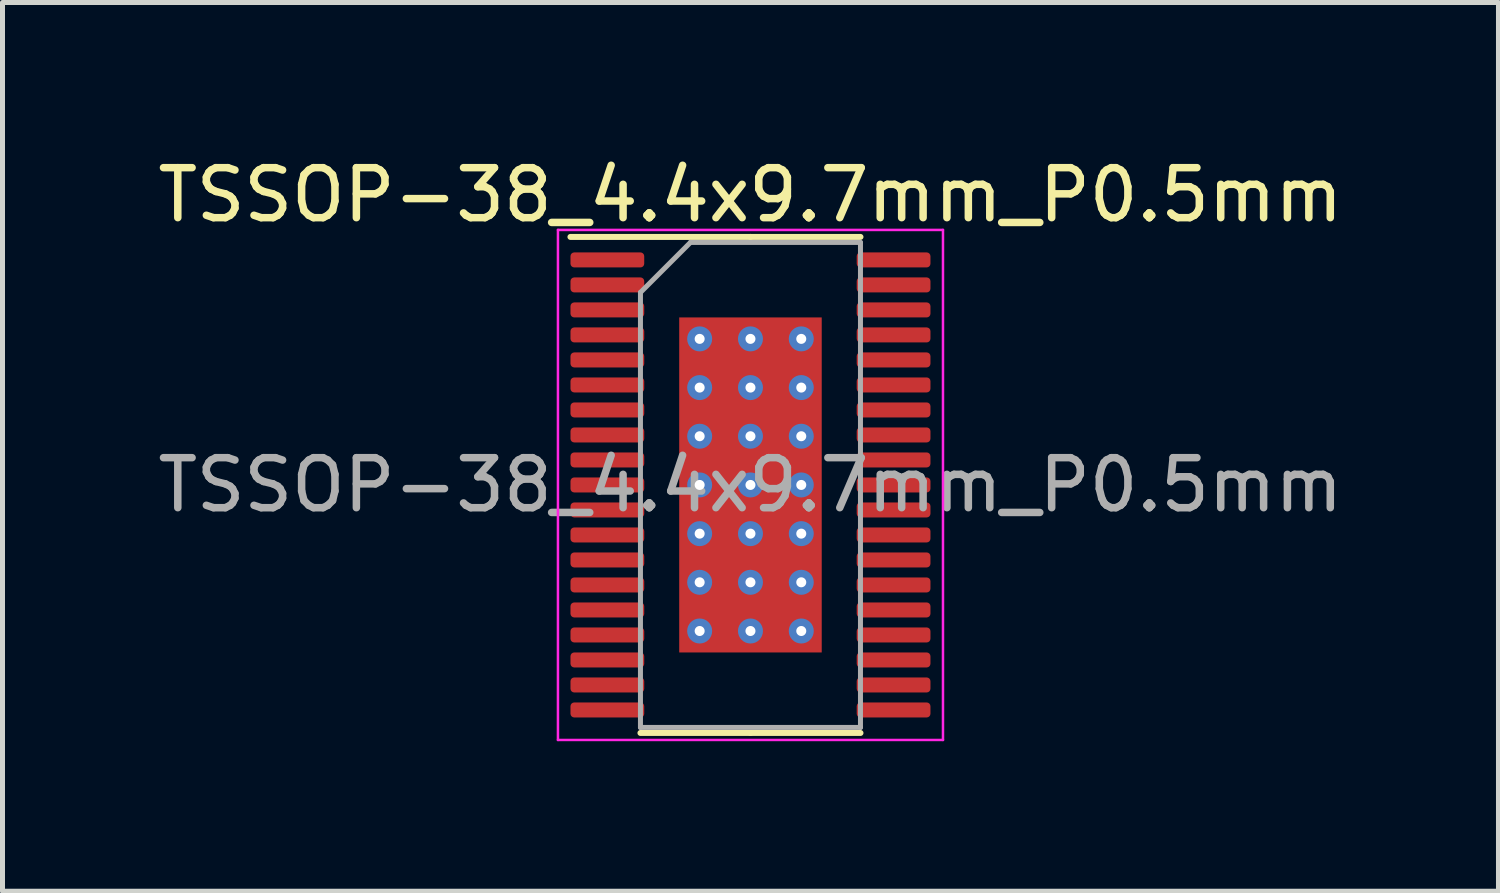
<source format=kicad_pcb>
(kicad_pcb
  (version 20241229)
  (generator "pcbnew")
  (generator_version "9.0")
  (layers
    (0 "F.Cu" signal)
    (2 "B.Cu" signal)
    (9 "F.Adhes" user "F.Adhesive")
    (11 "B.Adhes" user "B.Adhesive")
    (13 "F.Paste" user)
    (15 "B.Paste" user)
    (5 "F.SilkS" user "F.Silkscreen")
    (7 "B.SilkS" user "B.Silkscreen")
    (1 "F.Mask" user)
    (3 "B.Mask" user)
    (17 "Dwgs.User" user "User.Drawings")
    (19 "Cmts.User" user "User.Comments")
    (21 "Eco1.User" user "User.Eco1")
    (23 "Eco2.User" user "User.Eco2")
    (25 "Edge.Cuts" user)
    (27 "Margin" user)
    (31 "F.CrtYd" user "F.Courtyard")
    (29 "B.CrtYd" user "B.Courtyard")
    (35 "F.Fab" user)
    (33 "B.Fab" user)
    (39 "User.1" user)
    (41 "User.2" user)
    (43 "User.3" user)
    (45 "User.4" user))
  (footprint "TSSOP-38_4.4x9.7mm_P0.5mm"
    (layer "F.Cu")
    (at 11.958 6.648)
    (property "Reference" "TSSOP-38_4.4x9.7mm_P0.5mm" (at 0 -5.8 0) (layer "F.SilkS") (effects (font (size 1 1) (thickness 0.15))))
    (attr smd)
    (fp_line (start 0 -4.96) (end -3.6 -4.96) (stroke (width 0.12) (type solid)) (layer "F.SilkS"))
    (fp_line (start 0 -4.96) (end 2.2 -4.96) (stroke (width 0.12) (type solid)) (layer "F.SilkS"))
    (fp_line (start 0 4.96) (end -2.2 4.96) (stroke (width 0.12) (type solid)) (layer "F.SilkS"))
    (fp_line (start 0 4.96) (end 2.2 4.96) (stroke (width 0.12) (type solid)) (layer "F.SilkS"))
    (fp_line (start -3.85 -5.1) (end -3.85 5.1) (stroke (width 0.05) (type solid)) (layer "F.CrtYd"))
    (fp_line (start -3.85 5.1) (end 3.85 5.1) (stroke (width 0.05) (type solid)) (layer "F.CrtYd"))
    (fp_line (start 3.85 -5.1) (end -3.85 -5.1) (stroke (width 0.05) (type solid)) (layer "F.CrtYd"))
    (fp_line (start 3.85 5.1) (end 3.85 -5.1) (stroke (width 0.05) (type solid)) (layer "F.CrtYd"))
    (fp_line (start -2.2 -3.85) (end -1.2 -4.85) (stroke (width 0.1) (type solid)) (layer "F.Fab"))
    (fp_line (start -2.2 4.85) (end -2.2 -3.85) (stroke (width 0.1) (type solid)) (layer "F.Fab"))
    (fp_line (start -1.2 -4.85) (end 2.2 -4.85) (stroke (width 0.1) (type solid)) (layer "F.Fab"))
    (fp_line (start 2.2 -4.85) (end 2.2 4.85) (stroke (width 0.1) (type solid)) (layer "F.Fab"))
    (fp_line (start 2.2 4.85) (end -2.2 4.85) (stroke (width 0.1) (type solid)) (layer "F.Fab"))
    (fp_text user "${REFERENCE}" (at 0 0 0) (layer "F.Fab") (effects (font (size 1 1) (thickness 0.15))))
    (pad "" smd roundrect (at -0.71 -2.23) (size 1.15 1.8) (layers "F.Paste") (roundrect_rratio 0.217))
    (pad "" smd roundrect (at -0.71 0) (size 1.15 1.8) (layers "F.Paste") (roundrect_rratio 0.217))
    (pad "" smd roundrect (at -0.71 2.23) (size 1.15 1.8) (layers "F.Paste") (roundrect_rratio 0.217))
    (pad "" smd roundrect (at 0.71 -2.23) (size 1.15 1.8) (layers "F.Paste") (roundrect_rratio 0.217))
    (pad "" smd roundrect (at 0.71 0) (size 1.15 1.8) (layers "F.Paste") (roundrect_rratio 0.217))
    (pad "" smd roundrect (at 0.71 2.23) (size 1.15 1.8) (layers "F.Paste") (roundrect_rratio 0.217))
    (pad "1" smd roundrect (at -2.862 -4.5) (size 1.475 0.3) (layers "F.Cu" "F.Mask" "F.Paste") (roundrect_rratio 0.25))
    (pad "2" smd roundrect (at -2.862 -4) (size 1.475 0.3) (layers "F.Cu" "F.Mask" "F.Paste") (roundrect_rratio 0.25))
    (pad "3" smd roundrect (at -2.862 -3.5) (size 1.475 0.3) (layers "F.Cu" "F.Mask" "F.Paste") (roundrect_rratio 0.25))
    (pad "4" smd roundrect (at -2.862 -3) (size 1.475 0.3) (layers "F.Cu" "F.Mask" "F.Paste") (roundrect_rratio 0.25))
    (pad "5" smd roundrect (at -2.862 -2.5) (size 1.475 0.3) (layers "F.Cu" "F.Mask" "F.Paste") (roundrect_rratio 0.25))
    (pad "6" smd roundrect (at -2.862 -2) (size 1.475 0.3) (layers "F.Cu" "F.Mask" "F.Paste") (roundrect_rratio 0.25))
    (pad "7" smd roundrect (at -2.862 -1.5) (size 1.475 0.3) (layers "F.Cu" "F.Mask" "F.Paste") (roundrect_rratio 0.25))
    (pad "8" smd roundrect (at -2.862 -1) (size 1.475 0.3) (layers "F.Cu" "F.Mask" "F.Paste") (roundrect_rratio 0.25))
    (pad "9" smd roundrect (at -2.862 -0.5) (size 1.475 0.3) (layers "F.Cu" "F.Mask" "F.Paste") (roundrect_rratio 0.25))
    (pad "10" smd roundrect (at -2.862 0) (size 1.475 0.3) (layers "F.Cu" "F.Mask" "F.Paste") (roundrect_rratio 0.25))
    (pad "11" smd roundrect (at -2.862 0.5) (size 1.475 0.3) (layers "F.Cu" "F.Mask" "F.Paste") (roundrect_rratio 0.25))
    (pad "12" smd roundrect (at -2.862 1) (size 1.475 0.3) (layers "F.Cu" "F.Mask" "F.Paste") (roundrect_rratio 0.25))
    (pad "13" smd roundrect (at -2.862 1.5) (size 1.475 0.3) (layers "F.Cu" "F.Mask" "F.Paste") (roundrect_rratio 0.25))
    (pad "14" smd roundrect (at -2.862 2) (size 1.475 0.3) (layers "F.Cu" "F.Mask" "F.Paste") (roundrect_rratio 0.25))
    (pad "15" smd roundrect (at -2.862 2.5) (size 1.475 0.3) (layers "F.Cu" "F.Mask" "F.Paste") (roundrect_rratio 0.25))
    (pad "16" smd roundrect (at -2.862 3) (size 1.475 0.3) (layers "F.Cu" "F.Mask" "F.Paste") (roundrect_rratio 0.25))
    (pad "17" smd roundrect (at -2.862 3.5) (size 1.475 0.3) (layers "F.Cu" "F.Mask" "F.Paste") (roundrect_rratio 0.25))
    (pad "18" smd roundrect (at -2.862 4) (size 1.475 0.3) (layers "F.Cu" "F.Mask" "F.Paste") (roundrect_rratio 0.25))
    (pad "19" smd roundrect (at -2.862 4.5) (size 1.475 0.3) (layers "F.Cu" "F.Mask" "F.Paste") (roundrect_rratio 0.25))
    (pad "20" smd roundrect (at 2.862 4.5) (size 1.475 0.3) (layers "F.Cu" "F.Mask" "F.Paste") (roundrect_rratio 0.25))
    (pad "21" smd roundrect (at 2.862 4) (size 1.475 0.3) (layers "F.Cu" "F.Mask" "F.Paste") (roundrect_rratio 0.25))
    (pad "22" smd roundrect (at 2.862 3.5) (size 1.475 0.3) (layers "F.Cu" "F.Mask" "F.Paste") (roundrect_rratio 0.25))
    (pad "23" smd roundrect (at 2.862 3) (size 1.475 0.3) (layers "F.Cu" "F.Mask" "F.Paste") (roundrect_rratio 0.25))
    (pad "24" smd roundrect (at 2.862 2.5) (size 1.475 0.3) (layers "F.Cu" "F.Mask" "F.Paste") (roundrect_rratio 0.25))
    (pad "25" smd roundrect (at 2.862 2) (size 1.475 0.3) (layers "F.Cu" "F.Mask" "F.Paste") (roundrect_rratio 0.25))
    (pad "26" smd roundrect (at 2.862 1.5) (size 1.475 0.3) (layers "F.Cu" "F.Mask" "F.Paste") (roundrect_rratio 0.25))
    (pad "27" smd roundrect (at 2.862 1) (size 1.475 0.3) (layers "F.Cu" "F.Mask" "F.Paste") (roundrect_rratio 0.25))
    (pad "28" smd roundrect (at 2.862 0.5) (size 1.475 0.3) (layers "F.Cu" "F.Mask" "F.Paste") (roundrect_rratio 0.25))
    (pad "29" smd roundrect (at 2.862 0) (size 1.475 0.3) (layers "F.Cu" "F.Mask" "F.Paste") (roundrect_rratio 0.25))
    (pad "30" smd roundrect (at 2.862 -0.5) (size 1.475 0.3) (layers "F.Cu" "F.Mask" "F.Paste") (roundrect_rratio 0.25))
    (pad "31" smd roundrect (at 2.862 -1) (size 1.475 0.3) (layers "F.Cu" "F.Mask" "F.Paste") (roundrect_rratio 0.25))
    (pad "32" smd roundrect (at 2.862 -1.5) (size 1.475 0.3) (layers "F.Cu" "F.Mask" "F.Paste") (roundrect_rratio 0.25))
    (pad "33" smd roundrect (at 2.862 -2) (size 1.475 0.3) (layers "F.Cu" "F.Mask" "F.Paste") (roundrect_rratio 0.25))
    (pad "34" smd roundrect (at 2.862 -2.5) (size 1.475 0.3) (layers "F.Cu" "F.Mask" "F.Paste") (roundrect_rratio 0.25))
    (pad "35" smd roundrect (at 2.862 -3) (size 1.475 0.3) (layers "F.Cu" "F.Mask" "F.Paste") (roundrect_rratio 0.25))
    (pad "36" smd roundrect (at 2.862 -3.5) (size 1.475 0.3) (layers "F.Cu" "F.Mask" "F.Paste") (roundrect_rratio 0.25))
    (pad "37" smd roundrect (at 2.862 -4) (size 1.475 0.3) (layers "F.Cu" "F.Mask" "F.Paste") (roundrect_rratio 0.25))
    (pad "38" smd roundrect (at 2.862 -4.5) (size 1.475 0.3) (layers "F.Cu" "F.Mask" "F.Paste") (roundrect_rratio 0.25))
    (pad "39" thru_hole circle (at -1.016 -2.921) (size 0.5 0.5) (drill 0.2) (layers "*.Cu"))
    (pad "39" thru_hole circle (at -1.016 -1.947) (size 0.5 0.5) (drill 0.2) (layers "*.Cu"))
    (pad "39" thru_hole circle (at -1.016 -0.974) (size 0.5 0.5) (drill 0.2) (layers "*.Cu"))
    (pad "39" thru_hole circle (at -1.016 -0.000002) (size 0.5 0.5) (drill 0.2) (layers "*.Cu"))
    (pad "39" thru_hole circle (at -1.016 0.974) (size 0.5 0.5) (drill 0.2) (layers "*.Cu"))
    (pad "39" thru_hole circle (at -1.016 1.947) (size 0.5 0.5) (drill 0.2) (layers "*.Cu"))
    (pad "39" thru_hole circle (at -1.016 2.921) (size 0.5 0.5) (drill 0.2) (layers "*.Cu"))
    (pad "39" thru_hole circle (at 0 -2.921) (size 0.5 0.5) (drill 0.2) (layers "*.Cu"))
    (pad "39" thru_hole circle (at 0 -1.947) (size 0.5 0.5) (drill 0.2) (layers "*.Cu"))
    (pad "39" thru_hole circle (at 0 -0.974) (size 0.5 0.5) (drill 0.2) (layers "*.Cu"))
    (pad "39" thru_hole circle (at 0 -0.000002) (size 0.5 0.5) (drill 0.2) (layers "*.Cu"))
    (pad "39" smd rect (at 0 0) (size 2.85 6.7) (layers "F.Cu" "F.Mask"))
    (pad "39" thru_hole circle (at 0 0.974) (size 0.5 0.5) (drill 0.2) (layers "*.Cu"))
    (pad "39" thru_hole circle (at 0 1.947) (size 0.5 0.5) (drill 0.2) (layers "*.Cu"))
    (pad "39" thru_hole circle (at 0 2.921) (size 0.5 0.5) (drill 0.2) (layers "*.Cu"))
    (pad "39" thru_hole circle (at 1.016 -2.921) (size 0.5 0.5) (drill 0.2) (layers "*.Cu"))
    (pad "39" thru_hole circle (at 1.016 -1.947) (size 0.5 0.5) (drill 0.2) (layers "*.Cu"))
    (pad "39" thru_hole circle (at 1.016 -0.974) (size 0.5 0.5) (drill 0.2) (layers "*.Cu"))
    (pad "39" thru_hole circle (at 1.016 -0.000002) (size 0.5 0.5) (drill 0.2) (layers "*.Cu"))
    (pad "39" thru_hole circle (at 1.016 0.974) (size 0.5 0.5) (drill 0.2) (layers "*.Cu"))
    (pad "39" thru_hole circle (at 1.016 1.947) (size 0.5 0.5) (drill 0.2) (layers "*.Cu"))
    (pad "39" thru_hole circle (at 1.016 2.921) (size 0.5 0.5) (drill 0.2) (layers "*.Cu" "F.Mask")))
  (gr_rect
    (start -3 -3)
    (end 26.917 14.773)
    (stroke (width 0.1) (type default))
    (fill no)
    (layer "Edge.Cuts")))
</source>
